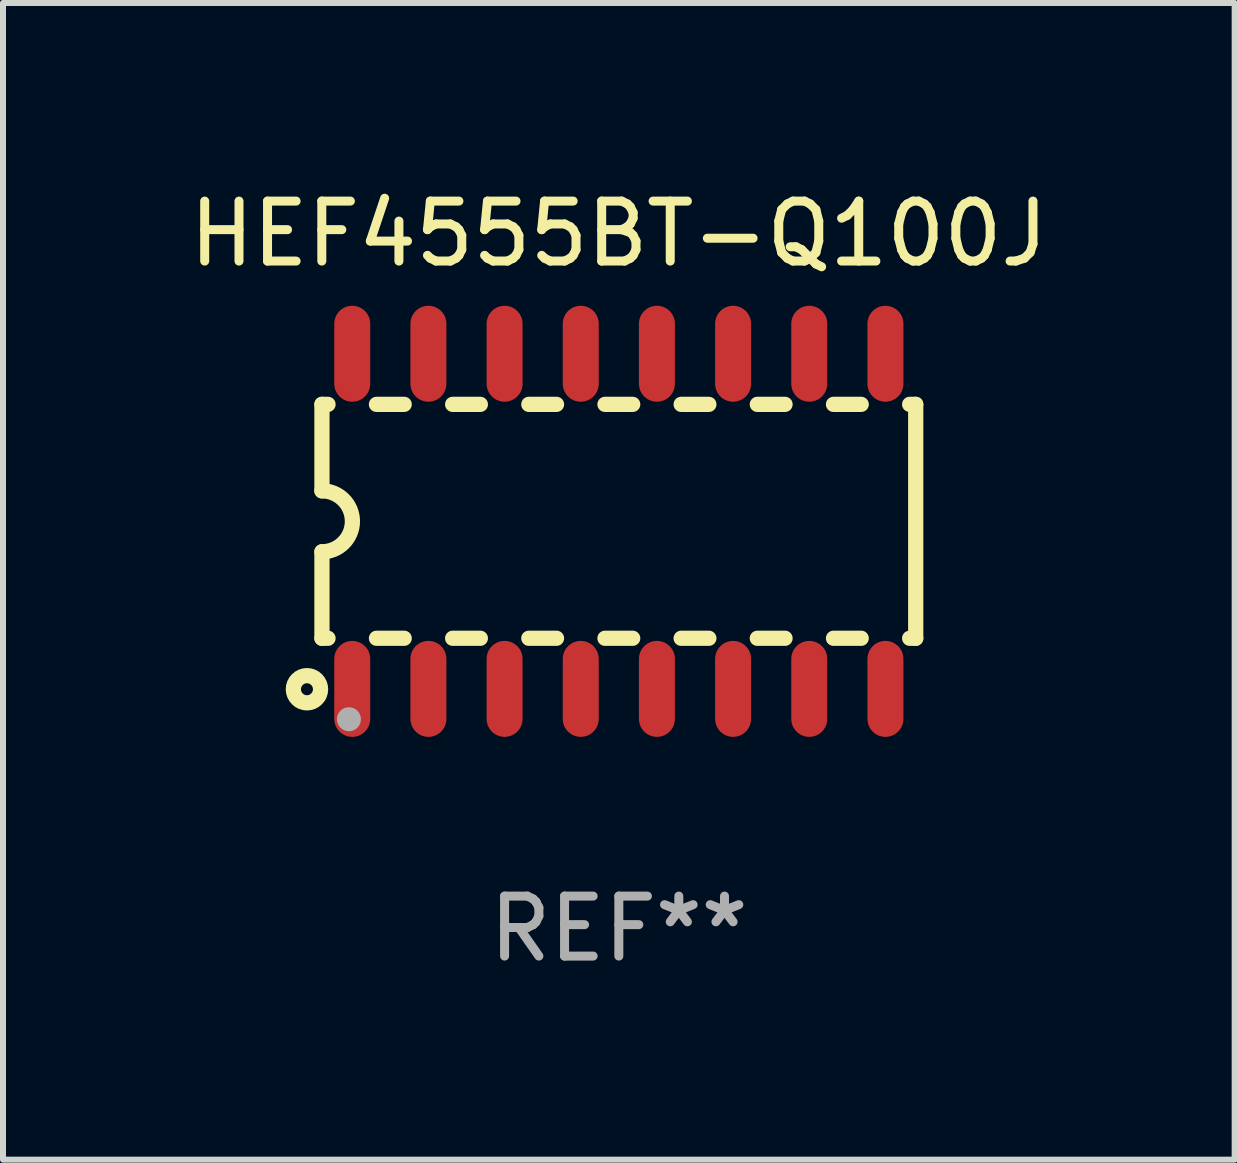
<source format=kicad_pcb>
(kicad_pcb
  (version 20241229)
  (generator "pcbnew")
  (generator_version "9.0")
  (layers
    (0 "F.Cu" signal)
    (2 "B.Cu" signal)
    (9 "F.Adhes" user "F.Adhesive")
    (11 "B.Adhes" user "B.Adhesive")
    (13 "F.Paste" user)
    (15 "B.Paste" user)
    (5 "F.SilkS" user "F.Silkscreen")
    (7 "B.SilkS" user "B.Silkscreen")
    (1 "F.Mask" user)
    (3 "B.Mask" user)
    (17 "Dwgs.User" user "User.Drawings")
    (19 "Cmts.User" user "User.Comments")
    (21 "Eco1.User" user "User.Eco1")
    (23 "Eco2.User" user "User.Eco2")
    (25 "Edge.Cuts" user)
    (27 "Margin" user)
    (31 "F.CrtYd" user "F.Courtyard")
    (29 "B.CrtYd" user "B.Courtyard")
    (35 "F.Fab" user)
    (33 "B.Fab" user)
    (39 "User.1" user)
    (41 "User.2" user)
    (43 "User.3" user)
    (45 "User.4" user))
  (footprint "HEF4555BT-Q100J"
    (layer "F.Cu")
    (at 7.268 5.642)
    (property "Reference" "HEF4555BT-Q100J" (at 0 -4.794 0) (layer "F.SilkS") (effects (font (size 1 1) (thickness 0.15))))
    (attr through_hole)
    (fp_line (start -4.95 -1.95) (end -4.95 -0.508) (stroke (width 0.254) (type solid)) (layer "F.SilkS"))
    (fp_line (start -4.95 -1.95) (end -4.849 -1.95) (stroke (width 0.254) (type solid)) (layer "F.SilkS"))
    (fp_line (start -4.95 1.95) (end -4.95 0.508) (stroke (width 0.254) (type solid)) (layer "F.SilkS"))
    (fp_line (start -4.95 1.95) (end -4.849 1.95) (stroke (width 0.254) (type solid)) (layer "F.SilkS"))
    (fp_line (start -4.041 -1.95) (end -3.579 -1.95) (stroke (width 0.254) (type solid)) (layer "F.SilkS"))
    (fp_line (start -4.041 1.95) (end -3.579 1.95) (stroke (width 0.254) (type solid)) (layer "F.SilkS"))
    (fp_line (start -2.771 -1.95) (end -2.309 -1.95) (stroke (width 0.254) (type solid)) (layer "F.SilkS"))
    (fp_line (start -2.771 1.95) (end -2.309 1.95) (stroke (width 0.254) (type solid)) (layer "F.SilkS"))
    (fp_line (start -1.501 -1.95) (end -1.039 -1.95) (stroke (width 0.254) (type solid)) (layer "F.SilkS"))
    (fp_line (start -1.501 1.95) (end -1.039 1.95) (stroke (width 0.254) (type solid)) (layer "F.SilkS"))
    (fp_line (start -0.231 -1.95) (end 0.231 -1.95) (stroke (width 0.254) (type solid)) (layer "F.SilkS"))
    (fp_line (start -0.231 1.95) (end 0.231 1.95) (stroke (width 0.254) (type solid)) (layer "F.SilkS"))
    (fp_line (start 1.039 -1.95) (end 1.501 -1.95) (stroke (width 0.254) (type solid)) (layer "F.SilkS"))
    (fp_line (start 1.039 1.95) (end 1.501 1.95) (stroke (width 0.254) (type solid)) (layer "F.SilkS"))
    (fp_line (start 2.309 -1.95) (end 2.771 -1.95) (stroke (width 0.254) (type solid)) (layer "F.SilkS"))
    (fp_line (start 2.309 1.95) (end 2.771 1.95) (stroke (width 0.254) (type solid)) (layer "F.SilkS"))
    (fp_line (start 3.579 -1.95) (end 4.041 -1.95) (stroke (width 0.254) (type solid)) (layer "F.SilkS"))
    (fp_line (start 3.579 1.95) (end 4.041 1.95) (stroke (width 0.254) (type solid)) (layer "F.SilkS"))
    (fp_line (start 4.849 -1.95) (end 4.95 -1.95) (stroke (width 0.254) (type solid)) (layer "F.SilkS"))
    (fp_line (start 4.849 1.95) (end 4.95 1.95) (stroke (width 0.254) (type solid)) (layer "F.SilkS"))
    (fp_line (start 4.95 -1.95) (end 4.95 1.95) (stroke (width 0.254) (type solid)) (layer "F.SilkS"))
    (fp_arc (start -4.95047 -0.508001) (mid -4.442469 -0.000228) (end -4.950013 0.508001) (stroke (width 0.254001) (type solid)) (layer "F.SilkS"))
    (fp_circle (center -5.2 2.8) (end -5.1 2.8) (stroke (width 0.254) (type solid)) (fill no) (layer "F.SilkS"))
    (fp_circle (center -4.95 2.947) (end -4.92 2.947) (stroke (width 0.06) (type solid)) (fill no) (layer "F.SilkS"))
    (fp_circle (center -4.5 3.3) (end -4.4 3.3) (stroke (width 0.2) (type solid)) (fill no) (layer "F.Fab"))
    (fp_text user "REF**" (at 0 6.794 0) (layer "F.Fab") (effects (font (size 1 1) (thickness 0.15))))
    (pad "1" smd oval (at -4.445 2.794) (size 0.6 1.6) (layers "F.Cu" "F.Mask" "F.Paste"))
    (pad "2" smd oval (at -3.175 2.794) (size 0.6 1.6) (layers "F.Cu" "F.Mask" "F.Paste"))
    (pad "3" smd oval (at -1.905 2.794) (size 0.6 1.6) (layers "F.Cu" "F.Mask" "F.Paste"))
    (pad "4" smd oval (at -0.635 2.794) (size 0.6 1.6) (layers "F.Cu" "F.Mask" "F.Paste"))
    (pad "5" smd oval (at 0.635 2.794) (size 0.6 1.6) (layers "F.Cu" "F.Mask" "F.Paste"))
    (pad "6" smd oval (at 1.905 2.794) (size 0.6 1.6) (layers "F.Cu" "F.Mask" "F.Paste"))
    (pad "7" smd oval (at 3.175 2.794) (size 0.6 1.6) (layers "F.Cu" "F.Mask" "F.Paste"))
    (pad "8" smd oval (at 4.445 2.794) (size 0.6 1.6) (layers "F.Cu" "F.Mask" "F.Paste"))
    (pad "9" smd oval (at 4.445 -2.794) (size 0.6 1.6) (layers "F.Cu" "F.Mask" "F.Paste"))
    (pad "10" smd oval (at 3.175 -2.794) (size 0.6 1.6) (layers "F.Cu" "F.Mask" "F.Paste"))
    (pad "11" smd oval (at 1.905 -2.794) (size 0.6 1.6) (layers "F.Cu" "F.Mask" "F.Paste"))
    (pad "12" smd oval (at 0.635 -2.794) (size 0.6 1.6) (layers "F.Cu" "F.Mask" "F.Paste"))
    (pad "13" smd oval (at -0.635 -2.794) (size 0.6 1.6) (layers "F.Cu" "F.Mask" "F.Paste"))
    (pad "14" smd oval (at -1.905 -2.794) (size 0.6 1.6) (layers "F.Cu" "F.Mask" "F.Paste"))
    (pad "15" smd oval (at -3.175 -2.794) (size 0.6 1.6) (layers "F.Cu" "F.Mask" "F.Paste"))
    (pad "16" smd oval (at -4.445 -2.794) (size 0.6 1.6) (layers "F.Cu" "F.Mask" "F.Paste")))
  (gr_rect
    (start -3 -3)
    (end 17.536 16.285)
    (stroke (width 0.1) (type default))
    (fill no)
    (layer "Edge.Cuts")))
</source>
